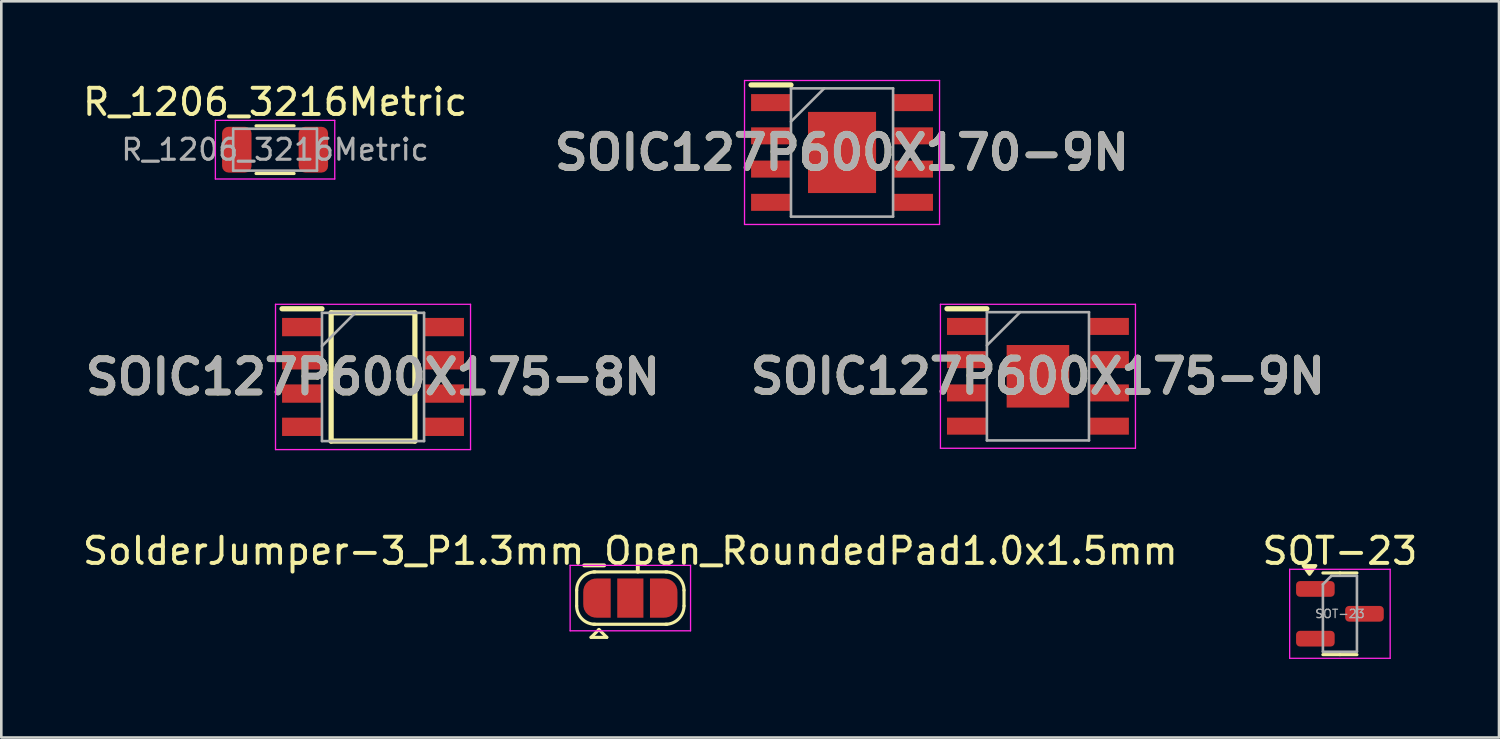
<source format=kicad_pcb>
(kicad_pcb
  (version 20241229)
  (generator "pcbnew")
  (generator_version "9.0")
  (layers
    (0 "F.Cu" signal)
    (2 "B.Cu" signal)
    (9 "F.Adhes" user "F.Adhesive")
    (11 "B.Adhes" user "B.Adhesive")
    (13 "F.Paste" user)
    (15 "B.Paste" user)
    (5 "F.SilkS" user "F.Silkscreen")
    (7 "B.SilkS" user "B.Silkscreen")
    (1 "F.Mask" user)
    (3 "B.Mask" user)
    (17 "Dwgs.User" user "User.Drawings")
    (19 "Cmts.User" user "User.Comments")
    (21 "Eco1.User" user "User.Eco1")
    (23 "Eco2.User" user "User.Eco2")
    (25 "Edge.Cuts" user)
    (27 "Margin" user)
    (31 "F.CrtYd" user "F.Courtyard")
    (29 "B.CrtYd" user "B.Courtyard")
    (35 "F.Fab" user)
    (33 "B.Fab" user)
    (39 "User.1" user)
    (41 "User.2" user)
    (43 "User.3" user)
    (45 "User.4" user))
  (footprint "SOIC127P600X175-8N"
    (layer "F.Cu")
    (at 11.2 11.35)
    (property "Reference" "SOIC127P600X175-8N" (at 0 0 0) (layer "F.SilkS") (effects (font (size 1.27 1.27) (thickness 0.254))))
    (attr smd)
    (fp_line (start -3.475 -2.605) (end -1.95 -2.605) (stroke (width 0.2) (type solid)) (layer "F.SilkS"))
    (fp_line (start -1.6 -2.45) (end 1.6 -2.45) (stroke (width 0.2) (type solid)) (layer "F.SilkS"))
    (fp_line (start -1.6 2.45) (end -1.6 -2.45) (stroke (width 0.2) (type solid)) (layer "F.SilkS"))
    (fp_line (start 1.6 -2.45) (end 1.6 2.45) (stroke (width 0.2) (type solid)) (layer "F.SilkS"))
    (fp_line (start 1.6 2.45) (end -1.6 2.45) (stroke (width 0.2) (type solid)) (layer "F.SilkS"))
    (fp_line (start -3.725 -2.775) (end 3.725 -2.775) (stroke (width 0.05) (type solid)) (layer "F.CrtYd"))
    (fp_line (start -3.725 2.775) (end -3.725 -2.775) (stroke (width 0.05) (type solid)) (layer "F.CrtYd"))
    (fp_line (start 3.725 -2.775) (end 3.725 2.775) (stroke (width 0.05) (type solid)) (layer "F.CrtYd"))
    (fp_line (start 3.725 2.775) (end -3.725 2.775) (stroke (width 0.05) (type solid)) (layer "F.CrtYd"))
    (fp_line (start -1.95 -2.45) (end 1.95 -2.45) (stroke (width 0.1) (type solid)) (layer "F.Fab"))
    (fp_line (start -1.95 -1.18) (end -0.68 -2.45) (stroke (width 0.1) (type solid)) (layer "F.Fab"))
    (fp_line (start -1.95 2.45) (end -1.95 -2.45) (stroke (width 0.1) (type solid)) (layer "F.Fab"))
    (fp_line (start 1.95 -2.45) (end 1.95 2.45) (stroke (width 0.1) (type solid)) (layer "F.Fab"))
    (fp_line (start 1.95 2.45) (end -1.95 2.45) (stroke (width 0.1) (type solid)) (layer "F.Fab"))
    (fp_text user "${REFERENCE}" (at 0 0 0) (layer "F.Fab") (effects (font (size 1.27 1.27) (thickness 0.254))))
    (pad "1" smd rect (at -2.712 -1.905 90) (size 0.7 1.525) (layers "F.Cu" "F.Mask" "F.Paste"))
    (pad "2" smd rect (at -2.712 -0.635 90) (size 0.7 1.525) (layers "F.Cu" "F.Mask" "F.Paste"))
    (pad "3" smd rect (at -2.712 0.635 90) (size 0.7 1.525) (layers "F.Cu" "F.Mask" "F.Paste"))
    (pad "4" smd rect (at -2.712 1.905 90) (size 0.7 1.525) (layers "F.Cu" "F.Mask" "F.Paste"))
    (pad "5" smd rect (at 2.712 1.905 90) (size 0.7 1.525) (layers "F.Cu" "F.Mask" "F.Paste"))
    (pad "6" smd rect (at 2.712 0.635 90) (size 0.7 1.525) (layers "F.Cu" "F.Mask" "F.Paste"))
    (pad "7" smd rect (at 2.712 -0.635 90) (size 0.7 1.525) (layers "F.Cu" "F.Mask" "F.Paste"))
    (pad "8" smd rect (at 2.712 -1.905 90) (size 0.7 1.525) (layers "F.Cu" "F.Mask" "F.Paste")))
  (footprint "R_1206_3216Metric"
    (layer "F.Cu")
    (at 7.458 2.668)
    (property "Reference" "R_1206_3216Metric" (at 0 -1.82 0) (layer "F.SilkS") (effects (font (size 1 1) (thickness 0.15))))
    (attr smd)
    (fp_line (start -0.727 -0.91) (end 0.727 -0.91) (stroke (width 0.12) (type solid)) (layer "F.SilkS"))
    (fp_line (start -0.727 0.91) (end 0.727 0.91) (stroke (width 0.12) (type solid)) (layer "F.SilkS"))
    (fp_line (start -2.28 -1.12) (end 2.28 -1.12) (stroke (width 0.05) (type solid)) (layer "F.CrtYd"))
    (fp_line (start -2.28 1.12) (end -2.28 -1.12) (stroke (width 0.05) (type solid)) (layer "F.CrtYd"))
    (fp_line (start 2.28 -1.12) (end 2.28 1.12) (stroke (width 0.05) (type solid)) (layer "F.CrtYd"))
    (fp_line (start 2.28 1.12) (end -2.28 1.12) (stroke (width 0.05) (type solid)) (layer "F.CrtYd"))
    (fp_line (start -1.6 -0.8) (end 1.6 -0.8) (stroke (width 0.1) (type solid)) (layer "F.Fab"))
    (fp_line (start -1.6 0.8) (end -1.6 -0.8) (stroke (width 0.1) (type solid)) (layer "F.Fab"))
    (fp_line (start 1.6 -0.8) (end 1.6 0.8) (stroke (width 0.1) (type solid)) (layer "F.Fab"))
    (fp_line (start 1.6 0.8) (end -1.6 0.8) (stroke (width 0.1) (type solid)) (layer "F.Fab"))
    (fp_text user "${REFERENCE}" (at 0 0 0) (layer "F.Fab") (effects (font (size 0.8 0.8) (thickness 0.12))))
    (pad "1" smd roundrect (at -1.462 0) (size 1.125 1.75) (layers "F.Cu" "F.Mask" "F.Paste") (roundrect_rratio 0.222))
    (pad "2" smd roundrect (at 1.462 0) (size 1.125 1.75) (layers "F.Cu" "F.Mask" "F.Paste") (roundrect_rratio 0.222)))
  (footprint "SOIC127P600X170-9N"
    (layer "F.Cu")
    (at 29.117 2.775)
    (property "Reference" "SOIC127P600X170-9N" (at 0 0 0) (layer "F.SilkS") (effects (font (size 1.27 1.27) (thickness 0.254))))
    (attr smd)
    (fp_line (start -3.475 -2.58) (end -1.95 -2.58) (stroke (width 0.2) (type solid)) (layer "F.SilkS"))
    (fp_line (start -3.725 -2.75) (end 3.725 -2.75) (stroke (width 0.05) (type solid)) (layer "F.CrtYd"))
    (fp_line (start -3.725 2.75) (end -3.725 -2.75) (stroke (width 0.05) (type solid)) (layer "F.CrtYd"))
    (fp_line (start 3.725 -2.75) (end 3.725 2.75) (stroke (width 0.05) (type solid)) (layer "F.CrtYd"))
    (fp_line (start 3.725 2.75) (end -3.725 2.75) (stroke (width 0.05) (type solid)) (layer "F.CrtYd"))
    (fp_line (start -1.95 -2.45) (end 1.95 -2.45) (stroke (width 0.1) (type solid)) (layer "F.Fab"))
    (fp_line (start -1.95 -1.18) (end -0.68 -2.45) (stroke (width 0.1) (type solid)) (layer "F.Fab"))
    (fp_line (start -1.95 2.45) (end -1.95 -2.45) (stroke (width 0.1) (type solid)) (layer "F.Fab"))
    (fp_line (start 1.95 -2.45) (end 1.95 2.45) (stroke (width 0.1) (type solid)) (layer "F.Fab"))
    (fp_line (start 1.95 2.45) (end -1.95 2.45) (stroke (width 0.1) (type solid)) (layer "F.Fab"))
    (fp_text user "${REFERENCE}" (at 0 0 0) (layer "F.Fab") (effects (font (size 1.27 1.27) (thickness 0.254))))
    (pad "1" smd rect (at -2.712 -1.905 90) (size 0.65 1.525) (layers "F.Cu" "F.Mask" "F.Paste"))
    (pad "2" smd rect (at -2.712 -0.635 90) (size 0.65 1.525) (layers "F.Cu" "F.Mask" "F.Paste"))
    (pad "3" smd rect (at -2.712 0.635 90) (size 0.65 1.525) (layers "F.Cu" "F.Mask" "F.Paste"))
    (pad "4" smd rect (at -2.712 1.905 90) (size 0.65 1.525) (layers "F.Cu" "F.Mask" "F.Paste"))
    (pad "5" smd rect (at 2.712 1.905 90) (size 0.65 1.525) (layers "F.Cu" "F.Mask" "F.Paste"))
    (pad "6" smd rect (at 2.712 0.635 90) (size 0.65 1.525) (layers "F.Cu" "F.Mask" "F.Paste"))
    (pad "7" smd rect (at 2.712 -0.635 90) (size 0.65 1.525) (layers "F.Cu" "F.Mask" "F.Paste"))
    (pad "8" smd rect (at 2.712 -1.905 90) (size 0.65 1.525) (layers "F.Cu" "F.Mask" "F.Paste"))
    (pad "9" smd rect (at 0 0) (size 2.6 3.1) (layers "F.Cu" "F.Mask" "F.Paste")))
  (footprint "SOIC127P600X175-9N"
    (layer "F.Cu")
    (at 36.601 11.325)
    (property "Reference" "SOIC127P600X175-9N" (at 0 0 0) (layer "F.SilkS") (effects (font (size 1.27 1.27) (thickness 0.254))))
    (attr smd)
    (fp_line (start -3.475 -2.58) (end -1.95 -2.58) (stroke (width 0.2) (type solid)) (layer "F.SilkS"))
    (fp_line (start -3.725 -2.75) (end 3.725 -2.75) (stroke (width 0.05) (type solid)) (layer "F.CrtYd"))
    (fp_line (start -3.725 2.75) (end -3.725 -2.75) (stroke (width 0.05) (type solid)) (layer "F.CrtYd"))
    (fp_line (start 3.725 -2.75) (end 3.725 2.75) (stroke (width 0.05) (type solid)) (layer "F.CrtYd"))
    (fp_line (start 3.725 2.75) (end -3.725 2.75) (stroke (width 0.05) (type solid)) (layer "F.CrtYd"))
    (fp_line (start -1.95 -2.45) (end 1.95 -2.45) (stroke (width 0.1) (type solid)) (layer "F.Fab"))
    (fp_line (start -1.95 -1.18) (end -0.68 -2.45) (stroke (width 0.1) (type solid)) (layer "F.Fab"))
    (fp_line (start -1.95 2.45) (end -1.95 -2.45) (stroke (width 0.1) (type solid)) (layer "F.Fab"))
    (fp_line (start 1.95 -2.45) (end 1.95 2.45) (stroke (width 0.1) (type solid)) (layer "F.Fab"))
    (fp_line (start 1.95 2.45) (end -1.95 2.45) (stroke (width 0.1) (type solid)) (layer "F.Fab"))
    (fp_text user "${REFERENCE}" (at 0 0 0) (layer "F.Fab") (effects (font (size 1.27 1.27) (thickness 0.254))))
    (pad "1" smd rect (at -2.712 -1.905 90) (size 0.65 1.525) (layers "F.Cu" "F.Mask" "F.Paste"))
    (pad "2" smd rect (at -2.712 -0.635 90) (size 0.65 1.525) (layers "F.Cu" "F.Mask" "F.Paste"))
    (pad "3" smd rect (at -2.712 0.635 90) (size 0.65 1.525) (layers "F.Cu" "F.Mask" "F.Paste"))
    (pad "4" smd rect (at -2.712 1.905 90) (size 0.65 1.525) (layers "F.Cu" "F.Mask" "F.Paste"))
    (pad "5" smd rect (at 2.712 1.905 90) (size 0.65 1.525) (layers "F.Cu" "F.Mask" "F.Paste"))
    (pad "6" smd rect (at 2.712 0.635 90) (size 0.65 1.525) (layers "F.Cu" "F.Mask" "F.Paste"))
    (pad "7" smd rect (at 2.712 -0.635 90) (size 0.65 1.525) (layers "F.Cu" "F.Mask" "F.Paste"))
    (pad "8" smd rect (at 2.712 -1.905 90) (size 0.65 1.525) (layers "F.Cu" "F.Mask" "F.Paste"))
    (pad "9" smd rect (at 0 0) (size 2.39 2.39) (layers "F.Cu" "F.Mask" "F.Paste")))
  (footprint "SolderJumper-3_P1.3mm_Open_RoundedPad1.0x1.5mm"
    (layer "F.Cu")
    (at 21.03 19.798)
    (property "Reference" "SolderJumper-3_P1.3mm_Open_RoundedPad1.0x1.5mm" (at 0 -1.8 0) (layer "F.SilkS") (effects (font (size 1 1) (thickness 0.15))))
    (attr exclude_from_pos_files exclude_from_bom)
    (fp_line (start -2.05 0.3) (end -2.05 -0.3) (stroke (width 0.12) (type solid)) (layer "F.SilkS"))
    (fp_line (start -1.5 1.5) (end -0.9 1.5) (stroke (width 0.12) (type solid)) (layer "F.SilkS"))
    (fp_line (start -1.4 -1) (end 1.4 -1) (stroke (width 0.12) (type solid)) (layer "F.SilkS"))
    (fp_line (start -1.2 1.2) (end -1.5 1.5) (stroke (width 0.12) (type solid)) (layer "F.SilkS"))
    (fp_line (start -1.2 1.2) (end -0.9 1.5) (stroke (width 0.12) (type solid)) (layer "F.SilkS"))
    (fp_line (start 1.4 1) (end -1.4 1) (stroke (width 0.12) (type solid)) (layer "F.SilkS"))
    (fp_line (start 2.05 -0.3) (end 2.05 0.3) (stroke (width 0.12) (type solid)) (layer "F.SilkS"))
    (fp_arc (start -2.05 -0.3) (mid -1.844975 -0.794975) (end -1.35 -1) (stroke (width 0.12) (type solid)) (layer "F.SilkS"))
    (fp_arc (start -1.35 1) (mid -1.844975 0.794975) (end -2.05 0.3) (stroke (width 0.12) (type solid)) (layer "F.SilkS"))
    (fp_arc (start 1.35 -1) (mid 1.844975 -0.794975) (end 2.05 -0.3) (stroke (width 0.12) (type solid)) (layer "F.SilkS"))
    (fp_arc (start 2.05 0.3) (mid 1.844975 0.794975) (end 1.35 1) (stroke (width 0.12) (type solid)) (layer "F.SilkS"))
    (fp_line (start -2.3 -1.25) (end -2.3 1.25) (stroke (width 0.05) (type solid)) (layer "F.CrtYd"))
    (fp_line (start -2.3 -1.25) (end 2.3 -1.25) (stroke (width 0.05) (type solid)) (layer "F.CrtYd"))
    (fp_line (start 2.3 1.25) (end -2.3 1.25) (stroke (width 0.05) (type solid)) (layer "F.CrtYd"))
    (fp_line (start 2.3 1.25) (end 2.3 -1.25) (stroke (width 0.05) (type solid)) (layer "F.CrtYd"))
    (pad "1" smd custom (at -1.3 0) (size 1 0.5) (layers "F.Cu" "F.Mask") (options (anchor rect)) (primitives (gr_circle (center 0 0.25) (end 0.5 0.25) (width 0) (fill yes)) (gr_circle (center 0 -0.25) (end 0.5 -0.25) (width 0) (fill yes)) (gr_poly (pts (xy 0.55 0.75) (xy 0 0.75) (xy 0 -0.75) (xy 0.55 -0.75)) (width 0) (fill yes))))
    (pad "2" smd rect (at 0 0) (size 1 1.5) (layers "F.Cu" "F.Mask"))
    (pad "3" smd custom (at 1.3 0) (size 1 0.5) (layers "F.Cu" "F.Mask") (options (anchor rect)) (primitives (gr_circle (center 0 0.25) (end 0.5 0.25) (width 0) (fill yes)) (gr_circle (center 0 -0.25) (end 0.5 -0.25) (width 0) (fill yes)) (gr_poly (pts (xy 0 0.75) (xy -0.55 0.75) (xy -0.55 -0.75) (xy 0 -0.75)) (width 0) (fill yes)))))
  (footprint "SOT-23"
    (layer "F.Cu")
    (at 48.137 20.398)
    (property "Reference" "SOT-23" (at 0 -2.4 0) (layer "F.SilkS") (effects (font (size 1 1) (thickness 0.15))))
    (attr smd)
    (fp_line (start 0 -1.56) (end -0.65 -1.56) (stroke (width 0.12) (type solid)) (layer "F.SilkS"))
    (fp_line (start 0 -1.56) (end 0.65 -1.56) (stroke (width 0.12) (type solid)) (layer "F.SilkS"))
    (fp_line (start 0 1.56) (end -0.65 1.56) (stroke (width 0.12) (type solid)) (layer "F.SilkS"))
    (fp_line (start 0 1.56) (end 0.65 1.56) (stroke (width 0.12) (type solid)) (layer "F.SilkS"))
    (fp_poly (pts (xy -1.163 -1.51) (xy -1.403 -1.84) (xy -0.922 -1.84) (xy -1.163 -1.51)) (stroke (width 0.12) (type solid)) (fill yes) (layer "F.SilkS"))
    (fp_line (start -1.92 -1.7) (end -1.92 1.7) (stroke (width 0.05) (type solid)) (layer "F.CrtYd"))
    (fp_line (start -1.92 1.7) (end 1.92 1.7) (stroke (width 0.05) (type solid)) (layer "F.CrtYd"))
    (fp_line (start 1.92 -1.7) (end -1.92 -1.7) (stroke (width 0.05) (type solid)) (layer "F.CrtYd"))
    (fp_line (start 1.92 1.7) (end 1.92 -1.7) (stroke (width 0.05) (type solid)) (layer "F.CrtYd"))
    (fp_line (start -0.65 -1.125) (end -0.325 -1.45) (stroke (width 0.1) (type solid)) (layer "F.Fab"))
    (fp_line (start -0.65 1.45) (end -0.65 -1.125) (stroke (width 0.1) (type solid)) (layer "F.Fab"))
    (fp_line (start -0.325 -1.45) (end 0.65 -1.45) (stroke (width 0.1) (type solid)) (layer "F.Fab"))
    (fp_line (start 0.65 -1.45) (end 0.65 1.45) (stroke (width 0.1) (type solid)) (layer "F.Fab"))
    (fp_line (start 0.65 1.45) (end -0.65 1.45) (stroke (width 0.1) (type solid)) (layer "F.Fab"))
    (fp_text user "${REFERENCE}" (at 0 0 0) (layer "F.Fab") (effects (font (size 0.32 0.32) (thickness 0.05))))
    (pad "1" smd roundrect (at -0.938 -0.95) (size 1.475 0.6) (layers "F.Cu" "F.Mask" "F.Paste") (roundrect_rratio 0.25))
    (pad "2" smd roundrect (at -0.938 0.95) (size 1.475 0.6) (layers "F.Cu" "F.Mask" "F.Paste") (roundrect_rratio 0.25))
    (pad "3" smd roundrect (at 0.938 0) (size 1.475 0.6) (layers "F.Cu" "F.Mask" "F.Paste") (roundrect_rratio 0.25)))
  (gr_rect
    (start -3 -3)
    (end 54.214 25.123)
    (stroke (width 0.1) (type default))
    (fill no)
    (layer "Edge.Cuts")))
</source>
